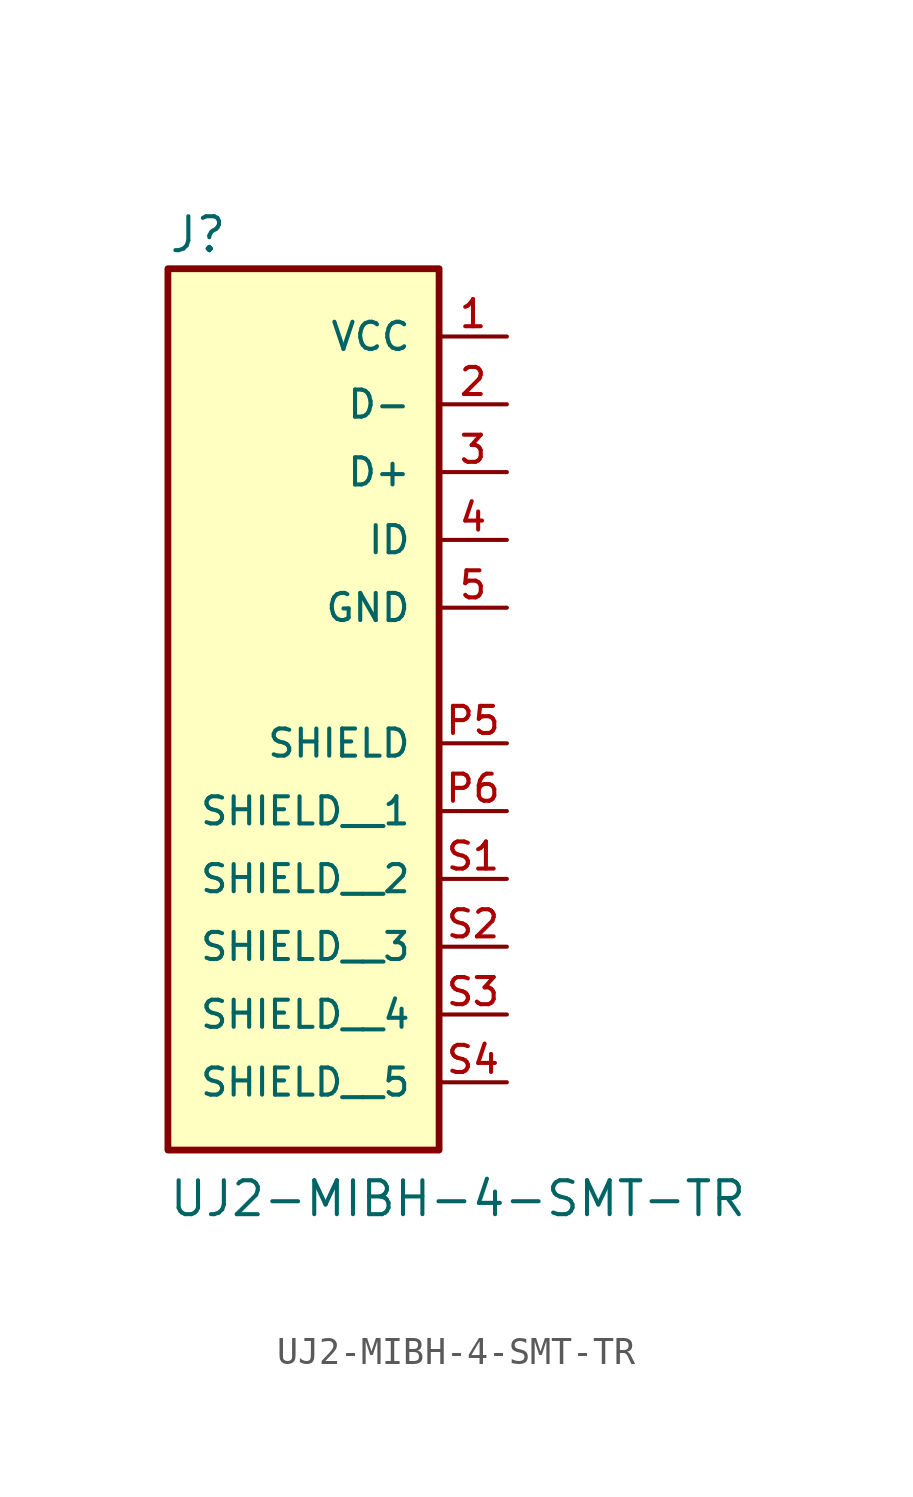
<source format=kicad_sym>
(kicad_symbol_lib
  (version 20231120)
  (generator "kicad_symbol_editor")
  (generator_version "8.0")
  (symbol "UJ2-MIBH-4-SMT-TR"
    (pin_names
      (offset 1.016))
    (property "Reference" "J"
      (at -5.08 10.693 0)
      (effects (font (size 1.27 1.27)) (justify left bottom)))
    (property "Value" "UJ2-MIBH-4-SMT-TR"
      (at -5.08 -25.425 0)
      (effects (font (size 1.27 1.27)) (justify left bottom)))
    (property "ki_locked" ""
      (at 0 0 0)
      (effects (font (size 1.27 1.27))))
    (symbol "UJ2-MIBH-4-SMT-TR_0_0"
      (rectangle (start -5.08 -22.86) (end 5.08 10.16) (stroke (width 0.254) (type solid)) (fill (type background)))
      (pin power_in line (at 7.62 7.62 180) (length 2.54) (name "VCC" (effects (font (size 1.016 1.016)))) (number "1" (effects (font (size 1.016 1.016)))))
      (pin bidirectional line (at 7.62 5.08 180) (length 2.54) (name "D-" (effects (font (size 1.016 1.016)))) (number "2" (effects (font (size 1.016 1.016)))))
      (pin bidirectional line (at 7.62 2.54 180) (length 2.54) (name "D+" (effects (font (size 1.016 1.016)))) (number "3" (effects (font (size 1.016 1.016)))))
      (pin bidirectional line (at 7.62 0 180) (length 2.54) (name "ID" (effects (font (size 1.016 1.016)))) (number "4" (effects (font (size 1.016 1.016)))))
      (pin power_in line (at 7.62 -2.54 180) (length 2.54) (name "GND" (effects (font (size 1.016 1.016)))) (number "5" (effects (font (size 1.016 1.016)))))
      (pin passive line (at 7.62 -7.62 180) (length 2.54) (name "SHIELD" (effects (font (size 1.016 1.016)))) (number "P5" (effects (font (size 1.016 1.016)))))
      (pin passive line (at 7.62 -10.16 180) (length 2.54) (name "SHIELD__1" (effects (font (size 1.016 1.016)))) (number "P6" (effects (font (size 1.016 1.016)))))
      (pin passive line (at 7.62 -12.7 180) (length 2.54) (name "SHIELD__2" (effects (font (size 1.016 1.016)))) (number "S1" (effects (font (size 1.016 1.016)))))
      (pin passive line (at 7.62 -15.24 180) (length 2.54) (name "SHIELD__3" (effects (font (size 1.016 1.016)))) (number "S2" (effects (font (size 1.016 1.016)))))
      (pin passive line (at 7.62 -17.78 180) (length 2.54) (name "SHIELD__4" (effects (font (size 1.016 1.016)))) (number "S3" (effects (font (size 1.016 1.016)))))
      (pin passive line (at 7.62 -20.32 180) (length 2.54) (name "SHIELD__5" (effects (font (size 1.016 1.016)))) (number "S4" (effects (font (size 1.016 1.016))))))))
</source>
